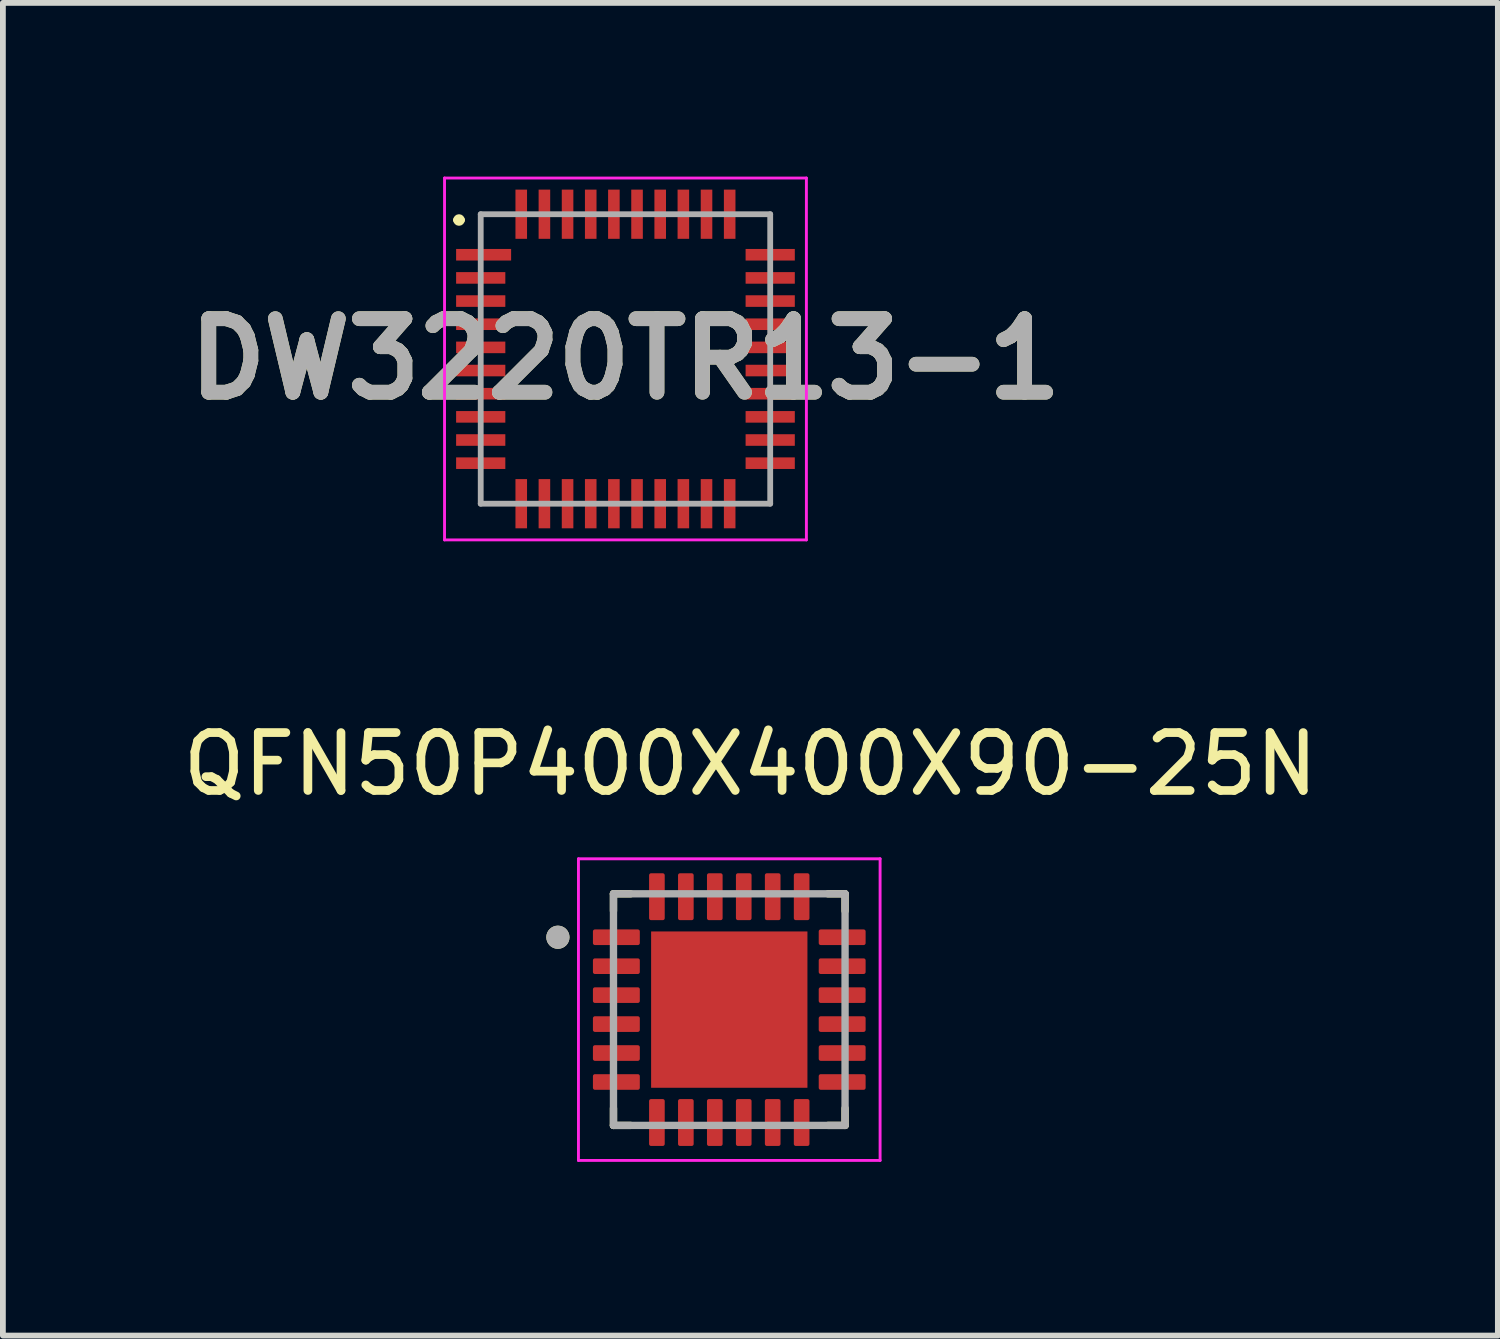
<source format=kicad_pcb>
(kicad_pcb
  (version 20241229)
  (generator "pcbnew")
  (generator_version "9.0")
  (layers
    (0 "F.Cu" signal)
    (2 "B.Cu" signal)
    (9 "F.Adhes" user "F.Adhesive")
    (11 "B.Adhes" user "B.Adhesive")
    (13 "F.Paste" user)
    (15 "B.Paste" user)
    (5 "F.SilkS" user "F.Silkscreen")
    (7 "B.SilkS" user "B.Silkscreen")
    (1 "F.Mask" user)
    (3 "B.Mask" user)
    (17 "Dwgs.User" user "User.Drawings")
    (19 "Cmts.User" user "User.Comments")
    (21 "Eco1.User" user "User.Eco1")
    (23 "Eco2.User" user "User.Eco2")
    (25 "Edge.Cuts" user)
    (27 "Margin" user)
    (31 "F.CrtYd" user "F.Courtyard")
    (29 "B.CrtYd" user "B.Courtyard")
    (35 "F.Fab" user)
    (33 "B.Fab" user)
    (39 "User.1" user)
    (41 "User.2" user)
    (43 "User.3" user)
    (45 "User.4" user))
  (footprint "DW3220TR13-1"
    (layer "F.Cu")
    (at 7.753 3.15)
    (property "Reference" "DW3220TR13-1" (at 0 0 0) (layer "F.SilkS") (effects (font (size 1.27 1.27) (thickness 0.254))))
    (attr smd)
    (fp_line (start -2.925 -2.4) (end -2.925 -2.4) (stroke (width 0.1) (type solid)) (layer "F.SilkS"))
    (fp_line (start -2.825 -2.4) (end -2.825 -2.4) (stroke (width 0.1) (type solid)) (layer "F.SilkS"))
    (fp_arc (start -2.925 -2.4) (mid -2.875 -2.45) (end -2.825 -2.4) (stroke (width 0.1) (type solid)) (layer "F.SilkS"))
    (fp_arc (start -2.825 -2.4) (mid -2.875 -2.35) (end -2.925 -2.4) (stroke (width 0.1) (type solid)) (layer "F.SilkS"))
    (fp_line (start -3.125 -3.125) (end 3.125 -3.125) (stroke (width 0.05) (type solid)) (layer "F.CrtYd"))
    (fp_line (start -3.125 3.125) (end -3.125 -3.125) (stroke (width 0.05) (type solid)) (layer "F.CrtYd"))
    (fp_line (start 3.125 -3.125) (end 3.125 3.125) (stroke (width 0.05) (type solid)) (layer "F.CrtYd"))
    (fp_line (start 3.125 3.125) (end -3.125 3.125) (stroke (width 0.05) (type solid)) (layer "F.CrtYd"))
    (fp_line (start -2.5 -2.5) (end 2.5 -2.5) (stroke (width 0.1) (type solid)) (layer "F.Fab"))
    (fp_line (start -2.5 2.5) (end -2.5 -2.5) (stroke (width 0.1) (type solid)) (layer "F.Fab"))
    (fp_line (start 2.5 -2.5) (end 2.5 2.5) (stroke (width 0.1) (type solid)) (layer "F.Fab"))
    (fp_line (start 2.5 2.5) (end -2.5 2.5) (stroke (width 0.1) (type solid)) (layer "F.Fab"))
    (fp_text user "${REFERENCE}" (at 0 0 0) (layer "F.Fab") (effects (font (size 1.27 1.27) (thickness 0.254))))
    (pad "1" smd rect (at -2.45 -1.8 90) (size 0.2 0.95) (layers "F.Cu" "F.Mask" "F.Paste"))
    (pad "2" smd rect (at -2.5 -1.4 90) (size 0.2 0.85) (layers "F.Cu" "F.Mask" "F.Paste"))
    (pad "3" smd rect (at -2.5 -1 90) (size 0.2 0.85) (layers "F.Cu" "F.Mask" "F.Paste"))
    (pad "4" smd rect (at -2.5 -0.6 90) (size 0.2 0.85) (layers "F.Cu" "F.Mask" "F.Paste"))
    (pad "5" smd rect (at -2.5 -0.2 90) (size 0.2 0.85) (layers "F.Cu" "F.Mask" "F.Paste"))
    (pad "6" smd rect (at -2.5 0.2 90) (size 0.2 0.85) (layers "F.Cu" "F.Mask" "F.Paste"))
    (pad "7" smd rect (at -2.5 0.6 90) (size 0.2 0.85) (layers "F.Cu" "F.Mask" "F.Paste"))
    (pad "8" smd rect (at -2.5 1 90) (size 0.2 0.85) (layers "F.Cu" "F.Mask" "F.Paste"))
    (pad "9" smd rect (at -2.5 1.4 90) (size 0.2 0.85) (layers "F.Cu" "F.Mask" "F.Paste"))
    (pad "10" smd rect (at -2.5 1.8 90) (size 0.2 0.85) (layers "F.Cu" "F.Mask" "F.Paste"))
    (pad "11" smd rect (at -1.8 2.5) (size 0.2 0.85) (layers "F.Cu" "F.Mask" "F.Paste"))
    (pad "12" smd rect (at -1.4 2.5) (size 0.2 0.85) (layers "F.Cu" "F.Mask" "F.Paste"))
    (pad "13" smd rect (at -1 2.5) (size 0.2 0.85) (layers "F.Cu" "F.Mask" "F.Paste"))
    (pad "14" smd rect (at -0.6 2.5) (size 0.2 0.85) (layers "F.Cu" "F.Mask" "F.Paste"))
    (pad "15" smd rect (at -0.2 2.5) (size 0.2 0.85) (layers "F.Cu" "F.Mask" "F.Paste"))
    (pad "16" smd rect (at 0.2 2.5) (size 0.2 0.85) (layers "F.Cu" "F.Mask" "F.Paste"))
    (pad "17" smd rect (at 0.6 2.5) (size 0.2 0.85) (layers "F.Cu" "F.Mask" "F.Paste"))
    (pad "18" smd rect (at 1 2.5) (size 0.2 0.85) (layers "F.Cu" "F.Mask" "F.Paste"))
    (pad "19" smd rect (at 1.4 2.5) (size 0.2 0.85) (layers "F.Cu" "F.Mask" "F.Paste"))
    (pad "20" smd rect (at 1.8 2.5) (size 0.2 0.85) (layers "F.Cu" "F.Mask" "F.Paste"))
    (pad "21" smd rect (at 2.5 1.8 90) (size 0.2 0.85) (layers "F.Cu" "F.Mask" "F.Paste"))
    (pad "22" smd rect (at 2.5 1.4 90) (size 0.2 0.85) (layers "F.Cu" "F.Mask" "F.Paste"))
    (pad "23" smd rect (at 2.5 1 90) (size 0.2 0.85) (layers "F.Cu" "F.Mask" "F.Paste"))
    (pad "24" smd rect (at 2.5 0.6 90) (size 0.2 0.85) (layers "F.Cu" "F.Mask" "F.Paste"))
    (pad "25" smd rect (at 2.5 0.2 90) (size 0.2 0.85) (layers "F.Cu" "F.Mask" "F.Paste"))
    (pad "26" smd rect (at 2.5 -0.2 90) (size 0.2 0.85) (layers "F.Cu" "F.Mask" "F.Paste"))
    (pad "27" smd rect (at 2.5 -0.6 90) (size 0.2 0.85) (layers "F.Cu" "F.Mask" "F.Paste"))
    (pad "28" smd rect (at 2.5 -1 90) (size 0.2 0.85) (layers "F.Cu" "F.Mask" "F.Paste"))
    (pad "29" smd rect (at 2.5 -1.4 90) (size 0.2 0.85) (layers "F.Cu" "F.Mask" "F.Paste"))
    (pad "30" smd rect (at 2.5 -1.8 90) (size 0.2 0.85) (layers "F.Cu" "F.Mask" "F.Paste"))
    (pad "31" smd rect (at 1.8 -2.5) (size 0.2 0.85) (layers "F.Cu" "F.Mask" "F.Paste"))
    (pad "32" smd rect (at 1.4 -2.5) (size 0.2 0.85) (layers "F.Cu" "F.Mask" "F.Paste"))
    (pad "33" smd rect (at 1 -2.5) (size 0.2 0.85) (layers "F.Cu" "F.Mask" "F.Paste"))
    (pad "34" smd rect (at 0.6 -2.5) (size 0.2 0.85) (layers "F.Cu" "F.Mask" "F.Paste"))
    (pad "35" smd rect (at 0.2 -2.5) (size 0.2 0.85) (layers "F.Cu" "F.Mask" "F.Paste"))
    (pad "36" smd rect (at -0.2 -2.5) (size 0.2 0.85) (layers "F.Cu" "F.Mask" "F.Paste"))
    (pad "37" smd rect (at -0.6 -2.5) (size 0.2 0.85) (layers "F.Cu" "F.Mask" "F.Paste"))
    (pad "38" smd rect (at -1 -2.5) (size 0.2 0.85) (layers "F.Cu" "F.Mask" "F.Paste"))
    (pad "39" smd rect (at -1.4 -2.5) (size 0.2 0.85) (layers "F.Cu" "F.Mask" "F.Paste"))
    (pad "40" smd rect (at -1.8 -2.5) (size 0.2 0.85) (layers "F.Cu" "F.Mask" "F.Paste")))
  (footprint "QFN50P400X400X90-25N"
    (layer "F.Cu")
    (at 9.546 14.388)
    (property "Reference" "QFN50P400X400X90-25N" (at 0.365 -4.24 0) (layer "F.SilkS") (effects (font (size 1 1) (thickness 0.15))))
    (attr smd)
    (fp_line (start -2 -2) (end -2 -1.705) (stroke (width 0.127) (type solid)) (layer "F.SilkS"))
    (fp_line (start -2 -2) (end -1.705 -2) (stroke (width 0.127) (type solid)) (layer "F.SilkS"))
    (fp_line (start -2 2) (end -2 1.705) (stroke (width 0.127) (type solid)) (layer "F.SilkS"))
    (fp_line (start -2 2) (end -1.705 2) (stroke (width 0.127) (type solid)) (layer "F.SilkS"))
    (fp_line (start 2 -2) (end 1.705 -2) (stroke (width 0.127) (type solid)) (layer "F.SilkS"))
    (fp_line (start 2 -2) (end 2 -1.705) (stroke (width 0.127) (type solid)) (layer "F.SilkS"))
    (fp_line (start 2 2) (end 1.705 2) (stroke (width 0.127) (type solid)) (layer "F.SilkS"))
    (fp_line (start 2 2) (end 2 1.705) (stroke (width 0.127) (type solid)) (layer "F.SilkS"))
    (fp_circle (center -2.96 -1.25) (end -2.86 -1.25) (stroke (width 0.2) (type solid)) (fill no) (layer "F.SilkS"))
    (fp_poly (pts (xy -0.85 -0.85) (xy 0.85 -0.85) (xy 0.85 0.85) (xy -0.85 0.85)) (stroke (width 0.01) (type solid)) (fill yes) (layer "F.Paste"))
    (fp_line (start -2.605 -2.605) (end 2.605 -2.605) (stroke (width 0.05) (type solid)) (layer "F.CrtYd"))
    (fp_line (start -2.605 2.605) (end -2.605 -2.605) (stroke (width 0.05) (type solid)) (layer "F.CrtYd"))
    (fp_line (start -2.605 2.605) (end 2.605 2.605) (stroke (width 0.05) (type solid)) (layer "F.CrtYd"))
    (fp_line (start 2.605 2.605) (end 2.605 -2.605) (stroke (width 0.05) (type solid)) (layer "F.CrtYd"))
    (fp_line (start -2 2) (end -2 -2) (stroke (width 0.127) (type solid)) (layer "F.Fab"))
    (fp_line (start 2 -2) (end -2 -2) (stroke (width 0.127) (type solid)) (layer "F.Fab"))
    (fp_line (start 2 2) (end -2 2) (stroke (width 0.127) (type solid)) (layer "F.Fab"))
    (fp_line (start 2 2) (end 2 -2) (stroke (width 0.127) (type solid)) (layer "F.Fab"))
    (fp_circle (center -2.96 -1.25) (end -2.86 -1.25) (stroke (width 0.2) (type solid)) (fill no) (layer "F.Fab"))
    (pad "1" smd roundrect (at -1.95 -1.25) (size 0.81 0.27) (layers "F.Cu" "F.Mask" "F.Paste") (roundrect_rratio 0.125))
    (pad "2" smd roundrect (at -1.95 -0.75) (size 0.81 0.27) (layers "F.Cu" "F.Mask" "F.Paste") (roundrect_rratio 0.125))
    (pad "3" smd roundrect (at -1.95 -0.25) (size 0.81 0.27) (layers "F.Cu" "F.Mask" "F.Paste") (roundrect_rratio 0.125))
    (pad "4" smd roundrect (at -1.95 0.25) (size 0.81 0.27) (layers "F.Cu" "F.Mask" "F.Paste") (roundrect_rratio 0.125))
    (pad "5" smd roundrect (at -1.95 0.75) (size 0.81 0.27) (layers "F.Cu" "F.Mask" "F.Paste") (roundrect_rratio 0.125))
    (pad "6" smd roundrect (at -1.95 1.25) (size 0.81 0.27) (layers "F.Cu" "F.Mask" "F.Paste") (roundrect_rratio 0.125))
    (pad "7" smd roundrect (at -1.25 1.95) (size 0.27 0.81) (layers "F.Cu" "F.Mask" "F.Paste") (roundrect_rratio 0.125))
    (pad "8" smd roundrect (at -0.75 1.95) (size 0.27 0.81) (layers "F.Cu" "F.Mask" "F.Paste") (roundrect_rratio 0.125))
    (pad "9" smd roundrect (at -0.25 1.95) (size 0.27 0.81) (layers "F.Cu" "F.Mask" "F.Paste") (roundrect_rratio 0.125))
    (pad "10" smd roundrect (at 0.25 1.95) (size 0.27 0.81) (layers "F.Cu" "F.Mask" "F.Paste") (roundrect_rratio 0.125))
    (pad "11" smd roundrect (at 0.75 1.95) (size 0.27 0.81) (layers "F.Cu" "F.Mask" "F.Paste") (roundrect_rratio 0.125))
    (pad "12" smd roundrect (at 1.25 1.95) (size 0.27 0.81) (layers "F.Cu" "F.Mask" "F.Paste") (roundrect_rratio 0.125))
    (pad "13" smd roundrect (at 1.95 1.25) (size 0.81 0.27) (layers "F.Cu" "F.Mask" "F.Paste") (roundrect_rratio 0.125))
    (pad "14" smd roundrect (at 1.95 0.75) (size 0.81 0.27) (layers "F.Cu" "F.Mask" "F.Paste") (roundrect_rratio 0.125))
    (pad "15" smd roundrect (at 1.95 0.25) (size 0.81 0.27) (layers "F.Cu" "F.Mask" "F.Paste") (roundrect_rratio 0.125))
    (pad "16" smd roundrect (at 1.95 -0.25) (size 0.81 0.27) (layers "F.Cu" "F.Mask" "F.Paste") (roundrect_rratio 0.125))
    (pad "17" smd roundrect (at 1.95 -0.75) (size 0.81 0.27) (layers "F.Cu" "F.Mask" "F.Paste") (roundrect_rratio 0.125))
    (pad "18" smd roundrect (at 1.95 -1.25) (size 0.81 0.27) (layers "F.Cu" "F.Mask" "F.Paste") (roundrect_rratio 0.125))
    (pad "19" smd roundrect (at 1.25 -1.95) (size 0.27 0.81) (layers "F.Cu" "F.Mask" "F.Paste") (roundrect_rratio 0.125))
    (pad "20" smd roundrect (at 0.75 -1.95) (size 0.27 0.81) (layers "F.Cu" "F.Mask" "F.Paste") (roundrect_rratio 0.125))
    (pad "21" smd roundrect (at 0.25 -1.95) (size 0.27 0.81) (layers "F.Cu" "F.Mask" "F.Paste") (roundrect_rratio 0.125))
    (pad "22" smd roundrect (at -0.25 -1.95) (size 0.27 0.81) (layers "F.Cu" "F.Mask" "F.Paste") (roundrect_rratio 0.125))
    (pad "23" smd roundrect (at -0.75 -1.95) (size 0.27 0.81) (layers "F.Cu" "F.Mask" "F.Paste") (roundrect_rratio 0.125))
    (pad "24" smd roundrect (at -1.25 -1.95) (size 0.27 0.81) (layers "F.Cu" "F.Mask" "F.Paste") (roundrect_rratio 0.125))
    (pad "25" smd rect (at 0 0) (size 2.7 2.7) (layers "F.Cu" "F.Mask")))
  (gr_rect
    (start -3 -3)
    (end 22.821 20.018)
    (stroke (width 0.1) (type default))
    (fill no)
    (layer "Edge.Cuts")))
</source>
